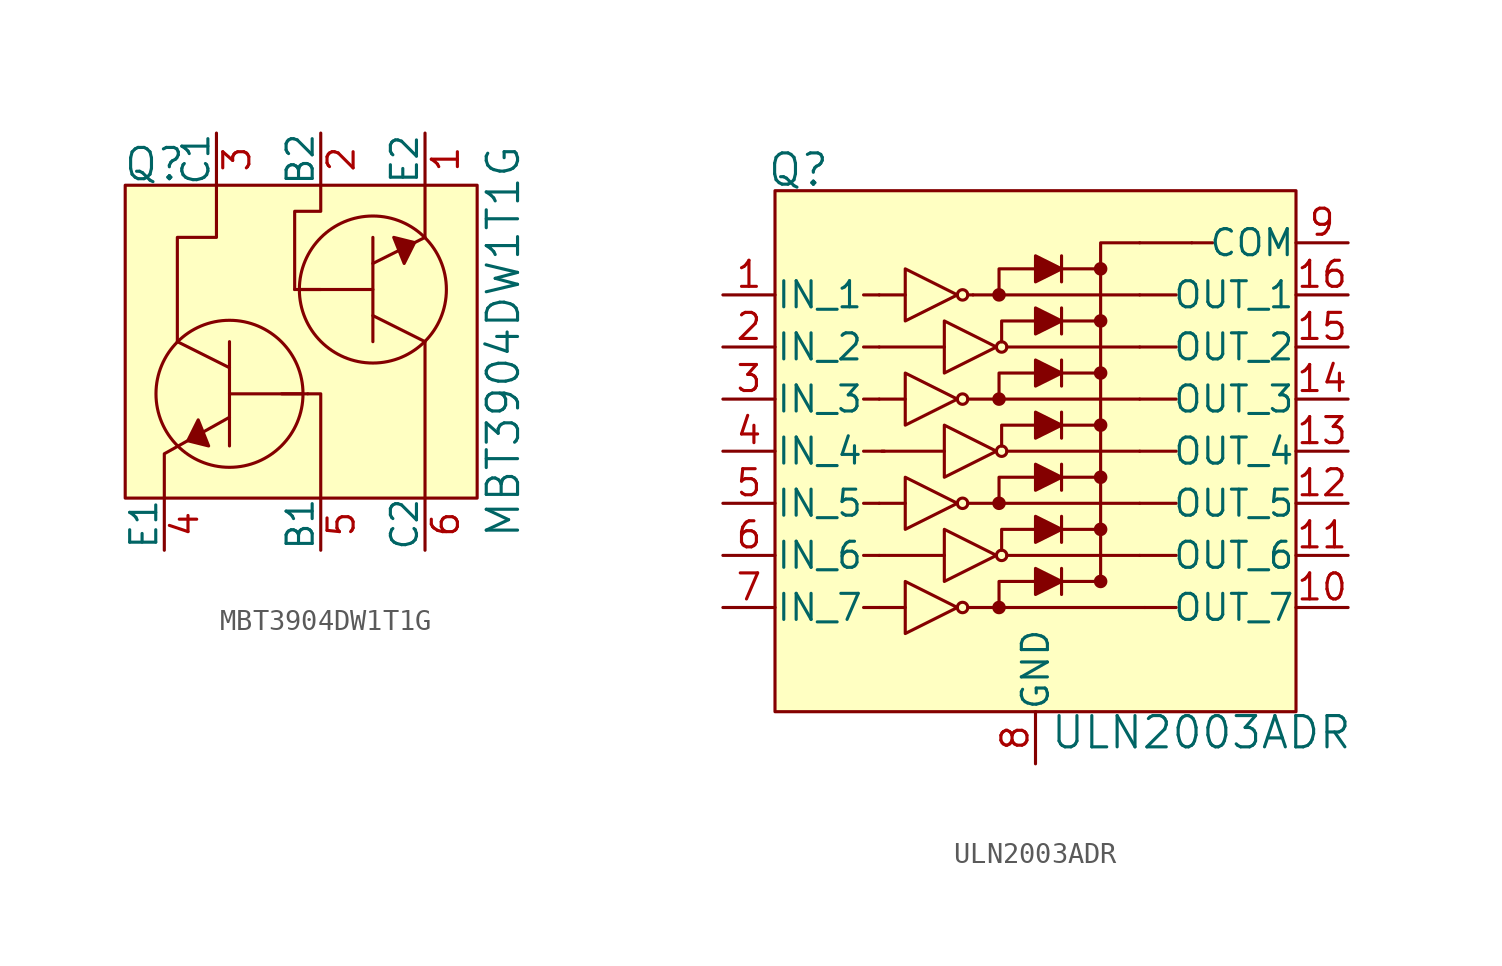
<source format=kicad_sym>
(kicad_symbol_lib
  (version 20231120)
  (generator "kicad_symbol_editor")
  (generator_version "8.0")
  (symbol "MBT3904DW1T1G"
    (pin_names
      (offset 0))
    (property "Reference" "Q"
      (at -9.652 8.636 0)
      (effects (font (size 1.524 1.524)) (justify left)))
    (property "Value" "MBT3904DW1T1G"
      (at 8.89 0 90)
      (effects (font (size 1.524 1.524))))
    (symbol "MBT3904DW1T1G_0_1"
      (rectangle (start -9.525 7.62) (end 7.62 -7.62) (stroke (width 0) (type solid)) (fill (type background)))
      (circle (center -4.445 -2.54) (radius 3.581) (stroke (width 0) (type solid)) (fill (type none)))
      (polyline (pts (xy -4.445 -1.27) (xy -6.985 0)) (stroke (width 0) (type solid)) (fill (type none)))
      (polyline (pts (xy -4.445 0) (xy -4.445 -5.08)) (stroke (width 0) (type solid)) (fill (type none)))
      (polyline (pts (xy -1.27 2.54) (xy 0 2.54)) (stroke (width 0) (type solid)) (fill (type none)))
      (polyline (pts (xy -1.016 2.54) (xy 2.54 2.54)) (stroke (width 0) (type solid)) (fill (type none)))
      (polyline (pts (xy -0.889 -2.54) (xy -4.445 -2.54)) (stroke (width 0) (type solid)) (fill (type none)))
      (polyline (pts (xy -0.635 -2.54) (xy -1.905 -2.54)) (stroke (width 0) (type solid)) (fill (type none)))
      (polyline (pts (xy 2.54 0) (xy 2.54 5.08)) (stroke (width 0) (type solid)) (fill (type none)))
      (polyline (pts (xy 2.54 1.27) (xy 5.08 0)) (stroke (width 0) (type solid)) (fill (type none)))
      (polyline (pts (xy 2.54 3.81) (xy 5.08 5.08)) (stroke (width 0) (type solid)) (fill (type none)))
      (polyline (pts (xy 5.08 5.08) (xy 5.08 7.62)) (stroke (width 0) (type solid)) (fill (type none)))
      (polyline (pts (xy -4.445 -3.683) (xy -7.62 -5.461) (xy -7.62 -7.62)) (stroke (width 0) (type solid)) (fill (type none)))
      (polyline (pts (xy -0.635 -2.54) (xy 0 -2.54) (xy 0 -7.62)) (stroke (width 0) (type solid)) (fill (type none)))
      (polyline (pts (xy 5.08 0) (xy 5.08 -6.985) (xy 5.08 -7.62)) (stroke (width 0) (type solid)) (fill (type none)))
      (polyline (pts (xy -6.985 0) (xy -6.985 5.08) (xy -5.08 5.08) (xy -5.08 7.62)) (stroke (width 0) (type solid)) (fill (type none)))
      (polyline (pts (xy -5.969 -3.81) (xy -6.477 -4.826) (xy -5.461 -5.08) (xy -5.969 -3.81)) (stroke (width 0) (type solid)) (fill (type outline)))
      (polyline (pts (xy -1.27 2.54) (xy -1.27 6.35) (xy 0 6.35) (xy 0 7.62)) (stroke (width 0) (type solid)) (fill (type none)))
      (polyline (pts (xy 4.064 3.81) (xy 4.572 4.826) (xy 3.556 5.08) (xy 4.064 3.81)) (stroke (width 0) (type solid)) (fill (type outline)))
      (circle (center 2.54 2.54) (radius 3.581) (stroke (width 0) (type solid)) (fill (type none))))
    (symbol "MBT3904DW1T1G_1_1"
      (pin passive line (at 5.08 10.16 270) (length 2.54) (name "E2" (effects (font (size 1.27 1.27)))) (number "1" (effects (font (size 1.27 1.27)))))
      (pin input line (at 0 10.16 270) (length 2.54) (name "B2" (effects (font (size 1.27 1.27)))) (number "2" (effects (font (size 1.27 1.27)))))
      (pin passive line (at -5.08 10.16 270) (length 2.54) (name "C1" (effects (font (size 1.27 1.27)))) (number "3" (effects (font (size 1.27 1.27)))))
      (pin passive line (at -7.62 -10.16 90) (length 2.54) (name "E1" (effects (font (size 1.27 1.27)))) (number "4" (effects (font (size 1.27 1.27)))))
      (pin input line (at 0 -10.16 90) (length 2.54) (name "B1" (effects (font (size 1.27 1.27)))) (number "5" (effects (font (size 1.27 1.27)))))
      (pin passive line (at 5.08 -10.16 90) (length 2.54) (name "C2" (effects (font (size 1.27 1.27)))) (number "6" (effects (font (size 1.27 1.27)))))))
  (symbol "ULN2003ADR"
    (pin_names
      (offset 0.025))
    (property "Reference" "Q"
      (at -11.557 13.716 0)
      (effects (font (size 1.524 1.524))))
    (property "Value" "ULN2003ADR"
      (at 0.686 -13.716 0)
      (effects (font (size 1.524 1.524)) (justify left)))
    (symbol "ULN2003ADR_0_1"
      (polyline (pts (xy -7.62 -7.62) (xy -8.382 -7.62)) (stroke (width 0) (type solid)) (fill (type none)))
      (polyline (pts (xy -7.62 -5.08) (xy -8.382 -5.08)) (stroke (width 0) (type solid)) (fill (type none)))
      (polyline (pts (xy -7.62 -2.54) (xy -8.382 -2.54)) (stroke (width 0) (type solid)) (fill (type none)))
      (polyline (pts (xy -7.62 2.54) (xy -8.382 2.54)) (stroke (width 0) (type solid)) (fill (type none)))
      (polyline (pts (xy -7.62 5.08) (xy -8.382 5.08)) (stroke (width 0) (type solid)) (fill (type none)))
      (polyline (pts (xy -7.62 7.62) (xy -8.382 7.62)) (stroke (width 0) (type solid)) (fill (type none)))
      (polyline (pts (xy -7.366 0) (xy -8.382 0)) (stroke (width 0) (type solid)) (fill (type none)))
      (polyline (pts (xy 5.08 -5.08) (xy 6.858 -5.08)) (stroke (width 0) (type solid)) (fill (type none)))
      (polyline (pts (xy 5.08 -2.54) (xy 6.858 -2.54)) (stroke (width 0) (type solid)) (fill (type none)))
      (polyline (pts (xy 5.08 0) (xy 6.858 0)) (stroke (width 0) (type solid)) (fill (type none)))
      (polyline (pts (xy 5.08 2.54) (xy 6.858 2.54)) (stroke (width 0) (type solid)) (fill (type none)))
      (polyline (pts (xy 5.08 5.08) (xy 6.858 5.08)) (stroke (width 0) (type solid)) (fill (type none)))
      (polyline (pts (xy 5.08 7.62) (xy 6.858 7.62)) (stroke (width 0) (type solid)) (fill (type none)))
      (polyline (pts (xy 5.08 10.16) (xy 7.62 10.16)) (stroke (width 0) (type solid)) (fill (type none)))
      (polyline (pts (xy 5.334 -7.62) (xy 6.858 -7.62)) (stroke (width 0) (type solid)) (fill (type none)))
      (polyline (pts (xy 7.62 10.16) (xy 8.636 10.16)) (stroke (width 0) (type solid)) (fill (type none))))
    (symbol "ULN2003ADR_1_1"
      (rectangle (start -12.7 12.7) (end 12.7 -12.7) (stroke (width 0) (type solid)) (fill (type background)))
      (circle (center -3.556 -7.62) (radius 0.254) (stroke (width 0) (type solid)) (fill (type none)))
      (circle (center -3.556 -2.54) (radius 0.254) (stroke (width 0) (type solid)) (fill (type none)))
      (circle (center -3.556 2.54) (radius 0.254) (stroke (width 0) (type solid)) (fill (type none)))
      (circle (center -3.556 7.62) (radius 0.254) (stroke (width 0) (type solid)) (fill (type none)))
      (circle (center -1.778 -7.62) (radius 0.254) (stroke (width 0) (type solid)) (fill (type outline)))
      (circle (center -1.778 -2.54) (radius 0.254) (stroke (width 0) (type solid)) (fill (type outline)))
      (circle (center -1.778 2.54) (radius 0.254) (stroke (width 0) (type solid)) (fill (type outline)))
      (circle (center -1.778 7.62) (radius 0.254) (stroke (width 0) (type solid)) (fill (type outline)))
      (circle (center -1.651 -5.08) (radius 0.254) (stroke (width 0) (type solid)) (fill (type none)))
      (circle (center -1.651 0) (radius 0.254) (stroke (width 0) (type solid)) (fill (type none)))
      (circle (center -1.651 5.08) (radius 0.254) (stroke (width 0) (type solid)) (fill (type none)))
      (polyline (pts (xy -7.62 -5.08) (xy -4.445 -5.08)) (stroke (width 0) (type solid)) (fill (type none)))
      (polyline (pts (xy -7.62 5.08) (xy -4.445 5.08)) (stroke (width 0) (type solid)) (fill (type none)))
      (polyline (pts (xy -7.493 0) (xy -4.445 0)) (stroke (width 0) (type solid)) (fill (type none)))
      (polyline (pts (xy -6.35 -7.62) (xy -7.62 -7.62)) (stroke (width 0) (type solid)) (fill (type none)))
      (polyline (pts (xy -6.35 -2.54) (xy -7.62 -2.54)) (stroke (width 0) (type solid)) (fill (type none)))
      (polyline (pts (xy -6.35 2.54) (xy -7.62 2.54)) (stroke (width 0) (type solid)) (fill (type none)))
      (polyline (pts (xy -6.35 7.62) (xy -7.62 7.62)) (stroke (width 0) (type solid)) (fill (type none)))
      (polyline (pts (xy -3.302 -7.62) (xy 5.334 -7.62)) (stroke (width 0) (type solid)) (fill (type none)))
      (polyline (pts (xy -3.302 -2.54) (xy 5.08 -2.54)) (stroke (width 0) (type solid)) (fill (type none)))
      (polyline (pts (xy -3.302 2.54) (xy 5.08 2.54)) (stroke (width 0) (type solid)) (fill (type none)))
      (polyline (pts (xy -3.302 7.62) (xy -3.048 7.62)) (stroke (width 0) (type solid)) (fill (type none)))
      (polyline (pts (xy -3.048 7.62) (xy 5.08 7.62)) (stroke (width 0) (type solid)) (fill (type none)))
      (polyline (pts (xy -1.397 -5.08) (xy 5.08 -5.08)) (stroke (width 0) (type solid)) (fill (type none)))
      (polyline (pts (xy -1.397 0) (xy 5.08 0)) (stroke (width 0) (type solid)) (fill (type none)))
      (polyline (pts (xy -1.397 5.08) (xy 5.08 5.08)) (stroke (width 0) (type solid)) (fill (type none)))
      (polyline (pts (xy 1.27 -5.715) (xy 1.27 -6.985)) (stroke (width 0) (type solid)) (fill (type none)))
      (polyline (pts (xy 1.27 -3.81) (xy 3.175 -3.81)) (stroke (width 0) (type solid)) (fill (type none)))
      (polyline (pts (xy 1.27 -3.175) (xy 1.27 -4.445)) (stroke (width 0) (type solid)) (fill (type none)))
      (polyline (pts (xy 1.27 -1.27) (xy 3.175 -1.27)) (stroke (width 0) (type solid)) (fill (type none)))
      (polyline (pts (xy 1.27 -0.635) (xy 1.27 -1.905)) (stroke (width 0) (type solid)) (fill (type none)))
      (polyline (pts (xy 1.27 1.27) (xy 3.175 1.27)) (stroke (width 0) (type solid)) (fill (type none)))
      (polyline (pts (xy 1.27 1.905) (xy 1.27 0.635)) (stroke (width 0) (type solid)) (fill (type none)))
      (polyline (pts (xy 1.27 3.81) (xy 3.175 3.81)) (stroke (width 0) (type solid)) (fill (type none)))
      (polyline (pts (xy 1.27 4.445) (xy 1.27 3.175)) (stroke (width 0) (type solid)) (fill (type none)))
      (polyline (pts (xy 1.27 6.35) (xy 3.175 6.35)) (stroke (width 0) (type solid)) (fill (type none)))
      (polyline (pts (xy 1.27 6.985) (xy 1.27 5.715)) (stroke (width 0) (type solid)) (fill (type none)))
      (polyline (pts (xy 1.27 8.89) (xy 3.175 8.89)) (stroke (width 0) (type solid)) (fill (type none)))
      (polyline (pts (xy 1.27 9.525) (xy 1.27 8.255)) (stroke (width 0) (type solid)) (fill (type none)))
      (polyline (pts (xy 3.175 -6.35) (xy 1.27 -6.35)) (stroke (width 0) (type solid)) (fill (type none)))
      (polyline (pts (xy -1.778 -7.62) (xy -1.778 -6.35) (xy 0 -6.35)) (stroke (width 0) (type solid)) (fill (type none)))
      (polyline (pts (xy -1.778 -2.54) (xy -1.778 -1.27) (xy 0 -1.27)) (stroke (width 0) (type solid)) (fill (type none)))
      (polyline (pts (xy -1.778 2.54) (xy -1.778 3.81) (xy 0 3.81)) (stroke (width 0) (type solid)) (fill (type none)))
      (polyline (pts (xy -1.651 -4.826) (xy -1.651 -3.81) (xy 0 -3.81)) (stroke (width 0) (type solid)) (fill (type none)))
      (polyline (pts (xy -1.651 0.254) (xy -1.651 1.27) (xy 0.127 1.27)) (stroke (width 0) (type solid)) (fill (type none)))
      (polyline (pts (xy -1.651 5.334) (xy -1.651 6.35) (xy 0.127 6.35)) (stroke (width 0) (type solid)) (fill (type none)))
      (polyline (pts (xy 0 8.89) (xy -1.778 8.89) (xy -1.778 7.62)) (stroke (width 0) (type solid)) (fill (type none)))
      (polyline (pts (xy 3.175 -6.35) (xy 3.175 10.16) (xy 5.08 10.16)) (stroke (width 0) (type solid)) (fill (type none)))
      (polyline (pts (xy -6.35 -6.35) (xy -6.35 -8.89) (xy -3.81 -7.62) (xy -6.35 -6.35)) (stroke (width 0) (type solid)) (fill (type none)))
      (polyline (pts (xy -6.35 -1.27) (xy -6.35 -3.81) (xy -3.81 -2.54) (xy -6.35 -1.27)) (stroke (width 0) (type solid)) (fill (type none)))
      (polyline (pts (xy -6.35 3.81) (xy -6.35 1.27) (xy -3.81 2.54) (xy -6.35 3.81)) (stroke (width 0) (type solid)) (fill (type none)))
      (polyline (pts (xy -6.35 8.89) (xy -6.35 6.35) (xy -3.81 7.62) (xy -6.35 8.89)) (stroke (width 0) (type solid)) (fill (type none)))
      (polyline (pts (xy -4.445 -3.81) (xy -4.445 -6.35) (xy -1.905 -5.08) (xy -4.445 -3.81)) (stroke (width 0) (type solid)) (fill (type none)))
      (polyline (pts (xy -4.445 1.27) (xy -4.445 -1.27) (xy -1.905 0) (xy -4.445 1.27)) (stroke (width 0) (type solid)) (fill (type none)))
      (polyline (pts (xy -4.445 6.35) (xy -4.445 3.81) (xy -1.905 5.08) (xy -4.445 6.35)) (stroke (width 0) (type solid)) (fill (type none)))
      (polyline (pts (xy 0 -5.715) (xy 0 -6.985) (xy 1.27 -6.35) (xy 0 -5.715)) (stroke (width 0) (type solid)) (fill (type outline)))
      (polyline (pts (xy 0 -3.175) (xy 0 -4.445) (xy 1.27 -3.81) (xy 0 -3.175)) (stroke (width 0) (type solid)) (fill (type outline)))
      (polyline (pts (xy 0 -0.635) (xy 0 -1.905) (xy 1.27 -1.27) (xy 0 -0.635)) (stroke (width 0) (type solid)) (fill (type outline)))
      (polyline (pts (xy 0 1.905) (xy 0 0.635) (xy 1.27 1.27) (xy 0 1.905)) (stroke (width 0) (type solid)) (fill (type outline)))
      (polyline (pts (xy 0 4.445) (xy 0 3.175) (xy 1.27 3.81) (xy 0 4.445)) (stroke (width 0) (type solid)) (fill (type outline)))
      (polyline (pts (xy 0 6.985) (xy 0 5.715) (xy 1.27 6.35) (xy 0 6.985)) (stroke (width 0) (type solid)) (fill (type outline)))
      (polyline (pts (xy 0 9.525) (xy 0 8.255) (xy 1.27 8.89) (xy 0 9.525)) (stroke (width 0) (type solid)) (fill (type outline)))
      (circle (center 3.175 -6.35) (radius 0.254) (stroke (width 0) (type solid)) (fill (type outline)))
      (circle (center 3.175 -3.81) (radius 0.254) (stroke (width 0) (type solid)) (fill (type outline)))
      (circle (center 3.175 -1.27) (radius 0.254) (stroke (width 0) (type solid)) (fill (type outline)))
      (circle (center 3.175 1.27) (radius 0.254) (stroke (width 0) (type solid)) (fill (type outline)))
      (circle (center 3.175 3.81) (radius 0.254) (stroke (width 0) (type solid)) (fill (type outline)))
      (circle (center 3.175 6.35) (radius 0.254) (stroke (width 0) (type solid)) (fill (type outline)))
      (circle (center 3.175 8.89) (radius 0.254) (stroke (width 0) (type solid)) (fill (type outline)))
      (pin input line (at -15.24 7.62 0) (length 2.54) (name "IN_1" (effects (font (size 1.27 1.27)))) (number "1" (effects (font (size 1.27 1.27)))))
      (pin output line (at 15.24 -7.62 180) (length 2.54) (name "OUT_7" (effects (font (size 1.27 1.27)))) (number "10" (effects (font (size 1.27 1.27)))))
      (pin output line (at 15.24 -5.08 180) (length 2.54) (name "OUT_6" (effects (font (size 1.27 1.27)))) (number "11" (effects (font (size 1.27 1.27)))))
      (pin output line (at 15.24 -2.54 180) (length 2.54) (name "OUT_5" (effects (font (size 1.27 1.27)))) (number "12" (effects (font (size 1.27 1.27)))))
      (pin output line (at 15.24 0 180) (length 2.54) (name "OUT_4" (effects (font (size 1.27 1.27)))) (number "13" (effects (font (size 1.27 1.27)))))
      (pin output line (at 15.24 2.54 180) (length 2.54) (name "OUT_3" (effects (font (size 1.27 1.27)))) (number "14" (effects (font (size 1.27 1.27)))))
      (pin output line (at 15.24 5.08 180) (length 2.54) (name "OUT_2" (effects (font (size 1.27 1.27)))) (number "15" (effects (font (size 1.27 1.27)))))
      (pin output line (at 15.24 7.62 180) (length 2.54) (name "OUT_1" (effects (font (size 1.27 1.27)))) (number "16" (effects (font (size 1.27 1.27)))))
      (pin input line (at -15.24 5.08 0) (length 2.54) (name "IN_2" (effects (font (size 1.27 1.27)))) (number "2" (effects (font (size 1.27 1.27)))))
      (pin input line (at -15.24 2.54 0) (length 2.54) (name "IN_3" (effects (font (size 1.27 1.27)))) (number "3" (effects (font (size 1.27 1.27)))))
      (pin input line (at -15.24 0 0) (length 2.54) (name "IN_4" (effects (font (size 1.27 1.27)))) (number "4" (effects (font (size 1.27 1.27)))))
      (pin input line (at -15.24 -2.54 0) (length 2.54) (name "IN_5" (effects (font (size 1.27 1.27)))) (number "5" (effects (font (size 1.27 1.27)))))
      (pin input line (at -15.24 -5.08 0) (length 2.54) (name "IN_6" (effects (font (size 1.27 1.27)))) (number "6" (effects (font (size 1.27 1.27)))))
      (pin input line (at -15.24 -7.62 0) (length 2.54) (name "IN_7" (effects (font (size 1.27 1.27)))) (number "7" (effects (font (size 1.27 1.27)))))
      (pin power_in line (at 0 -15.24 90) (length 2.54) (name "GND" (effects (font (size 1.27 1.27)))) (number "8" (effects (font (size 1.27 1.27)))))
      (pin output line (at 15.24 10.16 180) (length 2.54) (name "COM" (effects (font (size 1.27 1.27)))) (number "9" (effects (font (size 1.27 1.27))))))))
</source>
